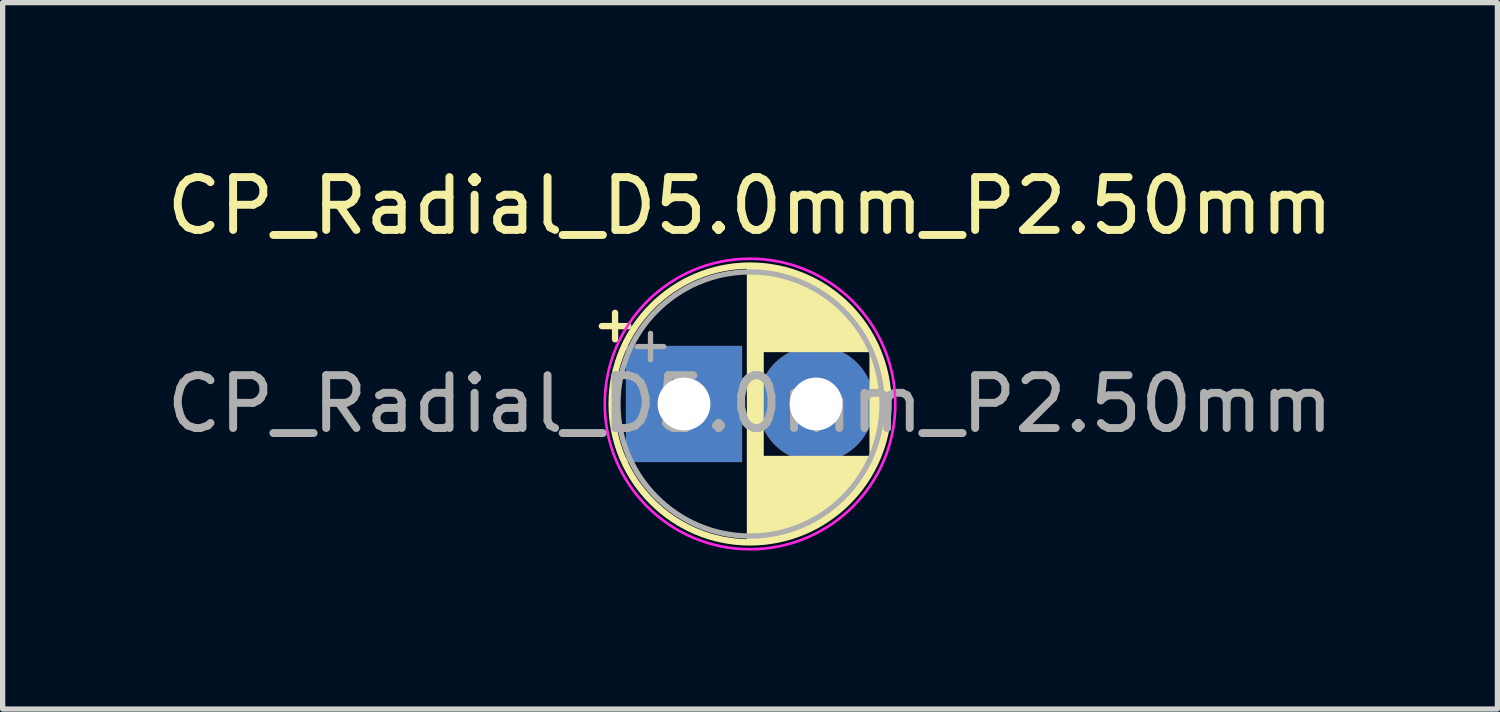
<source format=kicad_pcb>
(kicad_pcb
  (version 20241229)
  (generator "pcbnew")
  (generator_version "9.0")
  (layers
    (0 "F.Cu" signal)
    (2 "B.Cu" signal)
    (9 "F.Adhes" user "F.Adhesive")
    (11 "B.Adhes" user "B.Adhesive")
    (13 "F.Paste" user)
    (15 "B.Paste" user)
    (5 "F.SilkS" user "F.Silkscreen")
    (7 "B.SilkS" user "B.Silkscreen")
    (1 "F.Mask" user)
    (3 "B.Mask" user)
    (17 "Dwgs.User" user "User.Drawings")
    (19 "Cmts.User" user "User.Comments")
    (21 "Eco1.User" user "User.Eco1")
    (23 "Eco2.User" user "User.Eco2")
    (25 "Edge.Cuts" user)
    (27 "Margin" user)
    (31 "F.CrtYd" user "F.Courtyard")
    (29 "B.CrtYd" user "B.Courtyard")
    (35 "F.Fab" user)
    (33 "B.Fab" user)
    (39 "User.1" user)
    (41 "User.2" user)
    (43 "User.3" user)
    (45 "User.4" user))
  (footprint "CP_Radial_D5.0mm_P2.50mm"
    (layer "F.Cu")
    (at 9.899 4.598)
    (property "Reference" "CP_Radial_D5.0mm_P2.50mm" (at 1.25 -3.75 0) (layer "F.SilkS") (effects (font (size 1 1) (thickness 0.15))))
    (attr through_hole)
    (fp_line (start -1.555 -1.475) (end -1.055 -1.475) (stroke (width 0.12) (type solid)) (layer "F.SilkS"))
    (fp_line (start -1.305 -1.725) (end -1.305 -1.225) (stroke (width 0.12) (type solid)) (layer "F.SilkS"))
    (fp_line (start 1.25 -2.58) (end 1.25 2.58) (stroke (width 0.12) (type solid)) (layer "F.SilkS"))
    (fp_line (start 1.29 -2.58) (end 1.29 2.58) (stroke (width 0.12) (type solid)) (layer "F.SilkS"))
    (fp_line (start 1.33 -2.579) (end 1.33 2.579) (stroke (width 0.12) (type solid)) (layer "F.SilkS"))
    (fp_line (start 1.37 -2.578) (end 1.37 2.578) (stroke (width 0.12) (type solid)) (layer "F.SilkS"))
    (fp_line (start 1.41 -2.576) (end 1.41 2.576) (stroke (width 0.12) (type solid)) (layer "F.SilkS"))
    (fp_line (start 1.45 -2.573) (end 1.45 2.573) (stroke (width 0.12) (type solid)) (layer "F.SilkS"))
    (fp_line (start 1.49 -2.569) (end 1.49 -1.04) (stroke (width 0.12) (type solid)) (layer "F.SilkS"))
    (fp_line (start 1.49 1.04) (end 1.49 2.569) (stroke (width 0.12) (type solid)) (layer "F.SilkS"))
    (fp_line (start 1.53 -2.565) (end 1.53 -1.04) (stroke (width 0.12) (type solid)) (layer "F.SilkS"))
    (fp_line (start 1.53 1.04) (end 1.53 2.565) (stroke (width 0.12) (type solid)) (layer "F.SilkS"))
    (fp_line (start 1.57 -2.561) (end 1.57 -1.04) (stroke (width 0.12) (type solid)) (layer "F.SilkS"))
    (fp_line (start 1.57 1.04) (end 1.57 2.561) (stroke (width 0.12) (type solid)) (layer "F.SilkS"))
    (fp_line (start 1.61 -2.556) (end 1.61 -1.04) (stroke (width 0.12) (type solid)) (layer "F.SilkS"))
    (fp_line (start 1.61 1.04) (end 1.61 2.556) (stroke (width 0.12) (type solid)) (layer "F.SilkS"))
    (fp_line (start 1.65 -2.55) (end 1.65 -1.04) (stroke (width 0.12) (type solid)) (layer "F.SilkS"))
    (fp_line (start 1.65 1.04) (end 1.65 2.55) (stroke (width 0.12) (type solid)) (layer "F.SilkS"))
    (fp_line (start 1.69 -2.543) (end 1.69 -1.04) (stroke (width 0.12) (type solid)) (layer "F.SilkS"))
    (fp_line (start 1.69 1.04) (end 1.69 2.543) (stroke (width 0.12) (type solid)) (layer "F.SilkS"))
    (fp_line (start 1.73 -2.536) (end 1.73 -1.04) (stroke (width 0.12) (type solid)) (layer "F.SilkS"))
    (fp_line (start 1.73 1.04) (end 1.73 2.536) (stroke (width 0.12) (type solid)) (layer "F.SilkS"))
    (fp_line (start 1.77 -2.528) (end 1.77 -1.04) (stroke (width 0.12) (type solid)) (layer "F.SilkS"))
    (fp_line (start 1.77 1.04) (end 1.77 2.528) (stroke (width 0.12) (type solid)) (layer "F.SilkS"))
    (fp_line (start 1.81 -2.52) (end 1.81 -1.04) (stroke (width 0.12) (type solid)) (layer "F.SilkS"))
    (fp_line (start 1.81 1.04) (end 1.81 2.52) (stroke (width 0.12) (type solid)) (layer "F.SilkS"))
    (fp_line (start 1.85 -2.511) (end 1.85 -1.04) (stroke (width 0.12) (type solid)) (layer "F.SilkS"))
    (fp_line (start 1.85 1.04) (end 1.85 2.511) (stroke (width 0.12) (type solid)) (layer "F.SilkS"))
    (fp_line (start 1.89 -2.501) (end 1.89 -1.04) (stroke (width 0.12) (type solid)) (layer "F.SilkS"))
    (fp_line (start 1.89 1.04) (end 1.89 2.501) (stroke (width 0.12) (type solid)) (layer "F.SilkS"))
    (fp_line (start 1.93 -2.491) (end 1.93 -1.04) (stroke (width 0.12) (type solid)) (layer "F.SilkS"))
    (fp_line (start 1.93 1.04) (end 1.93 2.491) (stroke (width 0.12) (type solid)) (layer "F.SilkS"))
    (fp_line (start 1.971 -2.48) (end 1.971 -1.04) (stroke (width 0.12) (type solid)) (layer "F.SilkS"))
    (fp_line (start 1.971 1.04) (end 1.971 2.48) (stroke (width 0.12) (type solid)) (layer "F.SilkS"))
    (fp_line (start 2.011 -2.468) (end 2.011 -1.04) (stroke (width 0.12) (type solid)) (layer "F.SilkS"))
    (fp_line (start 2.011 1.04) (end 2.011 2.468) (stroke (width 0.12) (type solid)) (layer "F.SilkS"))
    (fp_line (start 2.051 -2.455) (end 2.051 -1.04) (stroke (width 0.12) (type solid)) (layer "F.SilkS"))
    (fp_line (start 2.051 1.04) (end 2.051 2.455) (stroke (width 0.12) (type solid)) (layer "F.SilkS"))
    (fp_line (start 2.091 -2.442) (end 2.091 -1.04) (stroke (width 0.12) (type solid)) (layer "F.SilkS"))
    (fp_line (start 2.091 1.04) (end 2.091 2.442) (stroke (width 0.12) (type solid)) (layer "F.SilkS"))
    (fp_line (start 2.131 -2.428) (end 2.131 -1.04) (stroke (width 0.12) (type solid)) (layer "F.SilkS"))
    (fp_line (start 2.131 1.04) (end 2.131 2.428) (stroke (width 0.12) (type solid)) (layer "F.SilkS"))
    (fp_line (start 2.171 -2.414) (end 2.171 -1.04) (stroke (width 0.12) (type solid)) (layer "F.SilkS"))
    (fp_line (start 2.171 1.04) (end 2.171 2.414) (stroke (width 0.12) (type solid)) (layer "F.SilkS"))
    (fp_line (start 2.211 -2.398) (end 2.211 -1.04) (stroke (width 0.12) (type solid)) (layer "F.SilkS"))
    (fp_line (start 2.211 1.04) (end 2.211 2.398) (stroke (width 0.12) (type solid)) (layer "F.SilkS"))
    (fp_line (start 2.251 -2.382) (end 2.251 -1.04) (stroke (width 0.12) (type solid)) (layer "F.SilkS"))
    (fp_line (start 2.251 1.04) (end 2.251 2.382) (stroke (width 0.12) (type solid)) (layer "F.SilkS"))
    (fp_line (start 2.291 -2.365) (end 2.291 -1.04) (stroke (width 0.12) (type solid)) (layer "F.SilkS"))
    (fp_line (start 2.291 1.04) (end 2.291 2.365) (stroke (width 0.12) (type solid)) (layer "F.SilkS"))
    (fp_line (start 2.331 -2.348) (end 2.331 -1.04) (stroke (width 0.12) (type solid)) (layer "F.SilkS"))
    (fp_line (start 2.331 1.04) (end 2.331 2.348) (stroke (width 0.12) (type solid)) (layer "F.SilkS"))
    (fp_line (start 2.371 -2.329) (end 2.371 -1.04) (stroke (width 0.12) (type solid)) (layer "F.SilkS"))
    (fp_line (start 2.371 1.04) (end 2.371 2.329) (stroke (width 0.12) (type solid)) (layer "F.SilkS"))
    (fp_line (start 2.411 -2.31) (end 2.411 -1.04) (stroke (width 0.12) (type solid)) (layer "F.SilkS"))
    (fp_line (start 2.411 1.04) (end 2.411 2.31) (stroke (width 0.12) (type solid)) (layer "F.SilkS"))
    (fp_line (start 2.451 -2.29) (end 2.451 -1.04) (stroke (width 0.12) (type solid)) (layer "F.SilkS"))
    (fp_line (start 2.451 1.04) (end 2.451 2.29) (stroke (width 0.12) (type solid)) (layer "F.SilkS"))
    (fp_line (start 2.491 -2.268) (end 2.491 -1.04) (stroke (width 0.12) (type solid)) (layer "F.SilkS"))
    (fp_line (start 2.491 1.04) (end 2.491 2.268) (stroke (width 0.12) (type solid)) (layer "F.SilkS"))
    (fp_line (start 2.531 -2.247) (end 2.531 -1.04) (stroke (width 0.12) (type solid)) (layer "F.SilkS"))
    (fp_line (start 2.531 1.04) (end 2.531 2.247) (stroke (width 0.12) (type solid)) (layer "F.SilkS"))
    (fp_line (start 2.571 -2.224) (end 2.571 -1.04) (stroke (width 0.12) (type solid)) (layer "F.SilkS"))
    (fp_line (start 2.571 1.04) (end 2.571 2.224) (stroke (width 0.12) (type solid)) (layer "F.SilkS"))
    (fp_line (start 2.611 -2.2) (end 2.611 -1.04) (stroke (width 0.12) (type solid)) (layer "F.SilkS"))
    (fp_line (start 2.611 1.04) (end 2.611 2.2) (stroke (width 0.12) (type solid)) (layer "F.SilkS"))
    (fp_line (start 2.651 -2.175) (end 2.651 -1.04) (stroke (width 0.12) (type solid)) (layer "F.SilkS"))
    (fp_line (start 2.651 1.04) (end 2.651 2.175) (stroke (width 0.12) (type solid)) (layer "F.SilkS"))
    (fp_line (start 2.691 -2.149) (end 2.691 -1.04) (stroke (width 0.12) (type solid)) (layer "F.SilkS"))
    (fp_line (start 2.691 1.04) (end 2.691 2.149) (stroke (width 0.12) (type solid)) (layer "F.SilkS"))
    (fp_line (start 2.731 -2.122) (end 2.731 -1.04) (stroke (width 0.12) (type solid)) (layer "F.SilkS"))
    (fp_line (start 2.731 1.04) (end 2.731 2.122) (stroke (width 0.12) (type solid)) (layer "F.SilkS"))
    (fp_line (start 2.771 -2.095) (end 2.771 -1.04) (stroke (width 0.12) (type solid)) (layer "F.SilkS"))
    (fp_line (start 2.771 1.04) (end 2.771 2.095) (stroke (width 0.12) (type solid)) (layer "F.SilkS"))
    (fp_line (start 2.811 -2.065) (end 2.811 -1.04) (stroke (width 0.12) (type solid)) (layer "F.SilkS"))
    (fp_line (start 2.811 1.04) (end 2.811 2.065) (stroke (width 0.12) (type solid)) (layer "F.SilkS"))
    (fp_line (start 2.851 -2.035) (end 2.851 -1.04) (stroke (width 0.12) (type solid)) (layer "F.SilkS"))
    (fp_line (start 2.851 1.04) (end 2.851 2.035) (stroke (width 0.12) (type solid)) (layer "F.SilkS"))
    (fp_line (start 2.891 -2.004) (end 2.891 -1.04) (stroke (width 0.12) (type solid)) (layer "F.SilkS"))
    (fp_line (start 2.891 1.04) (end 2.891 2.004) (stroke (width 0.12) (type solid)) (layer "F.SilkS"))
    (fp_line (start 2.931 -1.971) (end 2.931 -1.04) (stroke (width 0.12) (type solid)) (layer "F.SilkS"))
    (fp_line (start 2.931 1.04) (end 2.931 1.971) (stroke (width 0.12) (type solid)) (layer "F.SilkS"))
    (fp_line (start 2.971 -1.937) (end 2.971 -1.04) (stroke (width 0.12) (type solid)) (layer "F.SilkS"))
    (fp_line (start 2.971 1.04) (end 2.971 1.937) (stroke (width 0.12) (type solid)) (layer "F.SilkS"))
    (fp_line (start 3.011 -1.901) (end 3.011 -1.04) (stroke (width 0.12) (type solid)) (layer "F.SilkS"))
    (fp_line (start 3.011 1.04) (end 3.011 1.901) (stroke (width 0.12) (type solid)) (layer "F.SilkS"))
    (fp_line (start 3.051 -1.864) (end 3.051 -1.04) (stroke (width 0.12) (type solid)) (layer "F.SilkS"))
    (fp_line (start 3.051 1.04) (end 3.051 1.864) (stroke (width 0.12) (type solid)) (layer "F.SilkS"))
    (fp_line (start 3.091 -1.826) (end 3.091 -1.04) (stroke (width 0.12) (type solid)) (layer "F.SilkS"))
    (fp_line (start 3.091 1.04) (end 3.091 1.826) (stroke (width 0.12) (type solid)) (layer "F.SilkS"))
    (fp_line (start 3.131 -1.785) (end 3.131 -1.04) (stroke (width 0.12) (type solid)) (layer "F.SilkS"))
    (fp_line (start 3.131 1.04) (end 3.131 1.785) (stroke (width 0.12) (type solid)) (layer "F.SilkS"))
    (fp_line (start 3.171 -1.743) (end 3.171 -1.04) (stroke (width 0.12) (type solid)) (layer "F.SilkS"))
    (fp_line (start 3.171 1.04) (end 3.171 1.743) (stroke (width 0.12) (type solid)) (layer "F.SilkS"))
    (fp_line (start 3.211 -1.699) (end 3.211 -1.04) (stroke (width 0.12) (type solid)) (layer "F.SilkS"))
    (fp_line (start 3.211 1.04) (end 3.211 1.699) (stroke (width 0.12) (type solid)) (layer "F.SilkS"))
    (fp_line (start 3.251 -1.653) (end 3.251 -1.04) (stroke (width 0.12) (type solid)) (layer "F.SilkS"))
    (fp_line (start 3.251 1.04) (end 3.251 1.653) (stroke (width 0.12) (type solid)) (layer "F.SilkS"))
    (fp_line (start 3.291 -1.605) (end 3.291 -1.04) (stroke (width 0.12) (type solid)) (layer "F.SilkS"))
    (fp_line (start 3.291 1.04) (end 3.291 1.605) (stroke (width 0.12) (type solid)) (layer "F.SilkS"))
    (fp_line (start 3.331 -1.554) (end 3.331 -1.04) (stroke (width 0.12) (type solid)) (layer "F.SilkS"))
    (fp_line (start 3.331 1.04) (end 3.331 1.554) (stroke (width 0.12) (type solid)) (layer "F.SilkS"))
    (fp_line (start 3.371 -1.5) (end 3.371 -1.04) (stroke (width 0.12) (type solid)) (layer "F.SilkS"))
    (fp_line (start 3.371 1.04) (end 3.371 1.5) (stroke (width 0.12) (type solid)) (layer "F.SilkS"))
    (fp_line (start 3.411 -1.443) (end 3.411 -1.04) (stroke (width 0.12) (type solid)) (layer "F.SilkS"))
    (fp_line (start 3.411 1.04) (end 3.411 1.443) (stroke (width 0.12) (type solid)) (layer "F.SilkS"))
    (fp_line (start 3.451 -1.383) (end 3.451 -1.04) (stroke (width 0.12) (type solid)) (layer "F.SilkS"))
    (fp_line (start 3.451 1.04) (end 3.451 1.383) (stroke (width 0.12) (type solid)) (layer "F.SilkS"))
    (fp_line (start 3.491 -1.319) (end 3.491 -1.04) (stroke (width 0.12) (type solid)) (layer "F.SilkS"))
    (fp_line (start 3.491 1.04) (end 3.491 1.319) (stroke (width 0.12) (type solid)) (layer "F.SilkS"))
    (fp_line (start 3.531 -1.251) (end 3.531 -1.04) (stroke (width 0.12) (type solid)) (layer "F.SilkS"))
    (fp_line (start 3.531 1.04) (end 3.531 1.251) (stroke (width 0.12) (type solid)) (layer "F.SilkS"))
    (fp_line (start 3.571 -1.178) (end 3.571 1.178) (stroke (width 0.12) (type solid)) (layer "F.SilkS"))
    (fp_line (start 3.611 -1.098) (end 3.611 1.098) (stroke (width 0.12) (type solid)) (layer "F.SilkS"))
    (fp_line (start 3.651 -1.011) (end 3.651 1.011) (stroke (width 0.12) (type solid)) (layer "F.SilkS"))
    (fp_line (start 3.691 -0.915) (end 3.691 0.915) (stroke (width 0.12) (type solid)) (layer "F.SilkS"))
    (fp_line (start 3.731 -0.805) (end 3.731 0.805) (stroke (width 0.12) (type solid)) (layer "F.SilkS"))
    (fp_line (start 3.771 -0.677) (end 3.771 0.677) (stroke (width 0.12) (type solid)) (layer "F.SilkS"))
    (fp_line (start 3.811 -0.518) (end 3.811 0.518) (stroke (width 0.12) (type solid)) (layer "F.SilkS"))
    (fp_line (start 3.851 -0.284) (end 3.851 0.284) (stroke (width 0.12) (type solid)) (layer "F.SilkS"))
    (fp_circle (center 1.25 0) (end 3.87 0) (stroke (width 0.12) (type solid)) (fill no) (layer "F.SilkS"))
    (fp_circle (center 1.25 0) (end 4 0) (stroke (width 0.05) (type solid)) (fill no) (layer "F.CrtYd"))
    (fp_line (start -0.884 -1.087) (end -0.384 -1.087) (stroke (width 0.1) (type solid)) (layer "F.Fab"))
    (fp_line (start -0.634 -1.337) (end -0.634 -0.838) (stroke (width 0.1) (type solid)) (layer "F.Fab"))
    (fp_circle (center 1.25 0) (end 3.75 0) (stroke (width 0.1) (type solid)) (fill no) (layer "F.Fab"))
    (fp_text user "${REFERENCE}" (at 1.25 0 0) (layer "F.Fab") (effects (font (size 1 1) (thickness 0.15))))
    (pad "1" thru_hole rect (at 0 0) (size 2.2 2.2) (drill 1) (layers "*.Cu" "*.Mask"))
    (pad "2" thru_hole circle (at 2.5 0) (size 2.2 2.2) (drill 1) (layers "*.Cu" "*.Mask")))
  (gr_rect
    (start -3 -3)
    (end 25.298 10.373)
    (stroke (width 0.1) (type default))
    (fill no)
    (layer "Edge.Cuts")))
</source>
